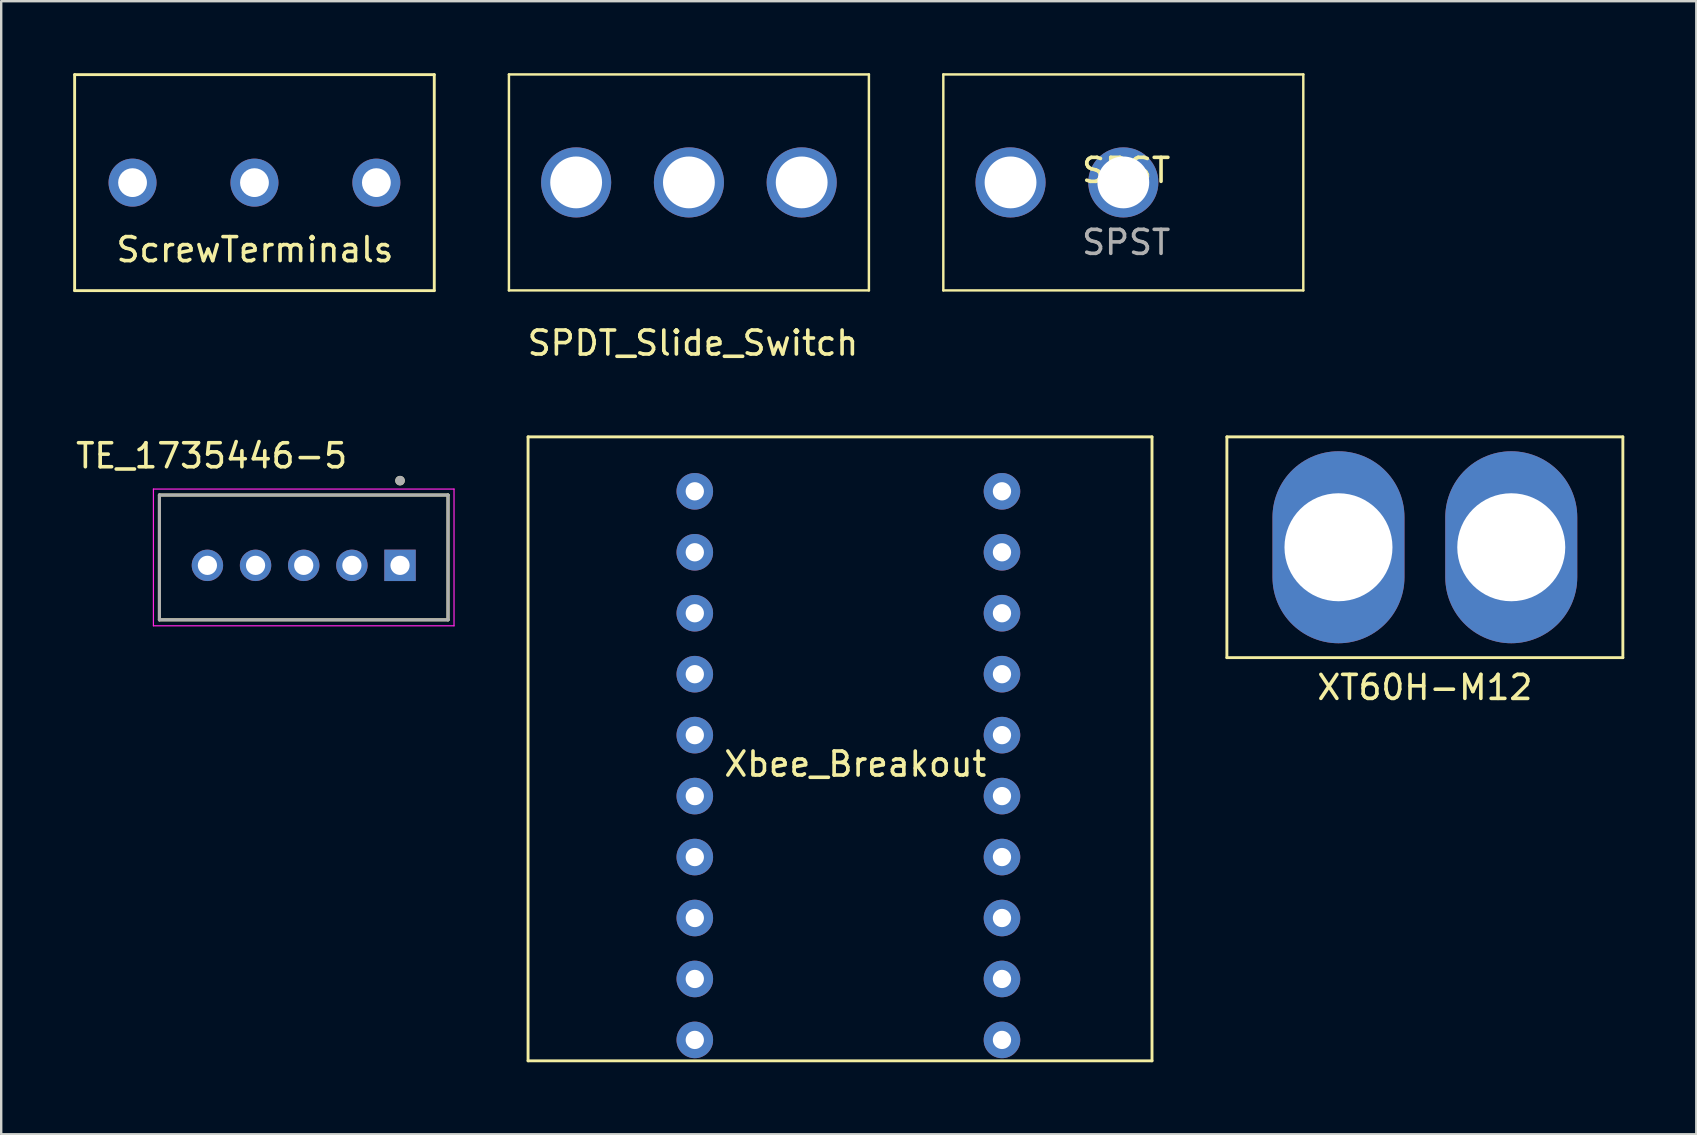
<source format=kicad_pcb>
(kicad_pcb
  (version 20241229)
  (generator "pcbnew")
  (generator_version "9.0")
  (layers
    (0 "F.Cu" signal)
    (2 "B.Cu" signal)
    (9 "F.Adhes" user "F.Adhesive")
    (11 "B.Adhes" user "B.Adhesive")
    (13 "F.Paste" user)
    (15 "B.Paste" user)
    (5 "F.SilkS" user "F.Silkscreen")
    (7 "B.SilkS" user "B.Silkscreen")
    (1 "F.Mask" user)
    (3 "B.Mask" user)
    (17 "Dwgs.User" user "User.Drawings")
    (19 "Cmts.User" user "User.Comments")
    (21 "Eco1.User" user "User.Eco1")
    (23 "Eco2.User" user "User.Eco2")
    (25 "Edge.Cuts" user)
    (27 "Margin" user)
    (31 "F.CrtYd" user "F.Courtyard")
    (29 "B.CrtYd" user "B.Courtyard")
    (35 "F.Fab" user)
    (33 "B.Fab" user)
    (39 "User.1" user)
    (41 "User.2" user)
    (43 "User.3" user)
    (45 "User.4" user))
  (footprint "SPST"
    (layer "F.Cu")
    (at 43.878 4.551)
    (property "Reference" "SPST" (at 0 -0.5 0) (unlocked yes) (layer "F.SilkS") (effects (font (size 1 1) (thickness 0.15))))
    (attr smd)
    (fp_line (start -7.62 -4.5) (end 7.38 -4.5) (stroke (width 0.102) (type solid)) (layer "F.SilkS"))
    (fp_line (start -7.62 4.5) (end -7.62 -4.5) (stroke (width 0.102) (type solid)) (layer "F.SilkS"))
    (fp_line (start -7.62 4.5) (end 7.38 4.5) (stroke (width 0.102) (type solid)) (layer "F.SilkS"))
    (fp_line (start 7.38 4.5) (end 7.38 -4.5) (stroke (width 0.102) (type solid)) (layer "F.SilkS"))
    (fp_text user "${REFERENCE}" (at 0 2.5 0) (unlocked yes) (layer "F.Fab") (effects (font (size 1 1) (thickness 0.15))))
    (pad "1" thru_hole circle (at -4.819 0) (size 2.921 2.921) (drill 2.159) (layers "*.Cu" "*.Mask"))
    (pad "2" thru_hole circle (at -0.12 0) (size 2.921 2.921) (drill 2.159) (layers "*.Cu" "*.Mask")))
  (footprint "Xbee_Breakout"
    (layer "F.Cu")
    (at 31.954 28.154)
    (property "Reference" "Xbee_Breakout" (at 0.635 0.635 0) (layer "F.SilkS") (effects (font (size 1 1) (thickness 0.15))))
    (attr through_hole)
    (fp_line (start -13 -13) (end 13 -13) (stroke (width 0.12) (type solid)) (layer "F.SilkS"))
    (fp_line (start -13 13) (end -13 -13) (stroke (width 0.12) (type solid)) (layer "F.SilkS"))
    (fp_line (start -13 13) (end 13 13) (stroke (width 0.12) (type solid)) (layer "F.SilkS"))
    (fp_line (start 13 13) (end 13 -13) (stroke (width 0.12) (type solid)) (layer "F.SilkS"))
    (pad "1" thru_hole circle (at 6.748 12.129 180) (size 1.524 1.524) (drill 0.762) (layers "*.Cu" "*.Mask"))
    (pad "2" thru_hole circle (at 6.748 9.589 180) (size 1.524 1.524) (drill 0.762) (layers "*.Cu" "*.Mask"))
    (pad "3" thru_hole circle (at 6.748 7.049 180) (size 1.524 1.524) (drill 0.762) (layers "*.Cu" "*.Mask"))
    (pad "4" thru_hole circle (at 6.748 4.509 180) (size 1.524 1.524) (drill 0.762) (layers "*.Cu" "*.Mask"))
    (pad "5" thru_hole circle (at 6.748 1.969 180) (size 1.524 1.524) (drill 0.762) (layers "*.Cu" "*.Mask"))
    (pad "6" thru_hole circle (at 6.748 -0.571 180) (size 1.524 1.524) (drill 0.762) (layers "*.Cu" "*.Mask"))
    (pad "7" thru_hole circle (at 6.748 -3.111 180) (size 1.524 1.524) (drill 0.762) (layers "*.Cu" "*.Mask"))
    (pad "8" thru_hole circle (at 6.748 -5.651 180) (size 1.524 1.524) (drill 0.762) (layers "*.Cu" "*.Mask"))
    (pad "9" thru_hole circle (at 6.748 -8.191 180) (size 1.524 1.524) (drill 0.762) (layers "*.Cu" "*.Mask"))
    (pad "10" thru_hole circle (at 6.748 -10.731 180) (size 1.524 1.524) (drill 0.762) (layers "*.Cu" "*.Mask"))
    (pad "11" thru_hole circle (at -6.052 -10.731 180) (size 1.524 1.524) (drill 0.762) (layers "*.Cu" "*.Mask"))
    (pad "12" thru_hole circle (at -6.052 -8.191 180) (size 1.524 1.524) (drill 0.762) (layers "*.Cu" "*.Mask"))
    (pad "13" thru_hole circle (at -6.052 -5.651 180) (size 1.524 1.524) (drill 0.762) (layers "*.Cu" "*.Mask"))
    (pad "14" thru_hole circle (at -6.052 -3.111 180) (size 1.524 1.524) (drill 0.762) (layers "*.Cu" "*.Mask"))
    (pad "15" thru_hole circle (at -6.052 -0.571 180) (size 1.524 1.524) (drill 0.762) (layers "*.Cu" "*.Mask"))
    (pad "16" thru_hole circle (at -6.052 1.969 180) (size 1.524 1.524) (drill 0.762) (layers "*.Cu" "*.Mask"))
    (pad "17" thru_hole circle (at -6.052 4.509 180) (size 1.524 1.524) (drill 0.762) (layers "*.Cu" "*.Mask"))
    (pad "18" thru_hole circle (at -6.052 7.049 180) (size 1.524 1.524) (drill 0.762) (layers "*.Cu" "*.Mask"))
    (pad "19" thru_hole circle (at -6.052 9.589 180) (size 1.524 1.524) (drill 0.762) (layers "*.Cu" "*.Mask"))
    (pad "20" thru_hole circle (at -6.052 12.129 180) (size 1.524 1.524) (drill 0.762) (layers "*.Cu" "*.Mask")))
  (footprint "ScrewTerminals"
    (layer "F.Cu")
    (at 7.553 4.56)
    (property "Reference" "ScrewTerminals" (at 0.02 2.794 0) (layer "F.SilkS") (effects (font (size 1 1) (thickness 0.15))))
    (attr through_hole)
    (fp_line (start -7.493 -4.5) (end 7.493 -4.5) (stroke (width 0.12) (type solid)) (layer "F.SilkS"))
    (fp_line (start -7.493 4.5) (end -7.493 -4.5) (stroke (width 0.12) (type solid)) (layer "F.SilkS"))
    (fp_line (start -7.493 4.5) (end 7.493 4.5) (stroke (width 0.12) (type solid)) (layer "F.SilkS"))
    (fp_line (start 7.493 4.5) (end 7.493 -4.5) (stroke (width 0.12) (type solid)) (layer "F.SilkS"))
    (pad "1" thru_hole circle (at -5.08 0) (size 2 2) (drill 1.2) (layers "*.Cu" "*.Mask"))
    (pad "2" thru_hole circle (at 0 0) (size 2 2) (drill 1.2) (layers "*.Cu" "*.Mask"))
    (pad "3" thru_hole circle (at 5.08 0) (size 2 2) (drill 1.2) (layers "*.Cu" "*.Mask")))
  (footprint "XT60H-M12"
    (layer "F.Cu")
    (at 56.324 19.754)
    (property "Reference" "XT60H-M12" (at 0 5.842 0) (layer "F.SilkS") (effects (font (size 1 1) (thickness 0.15))))
    (attr through_hole)
    (fp_line (start -8.25 -4.6) (end 8.25 -4.6) (stroke (width 0.12) (type solid)) (layer "F.SilkS"))
    (fp_line (start -8.25 4.6) (end -8.25 -4.6) (stroke (width 0.12) (type solid)) (layer "F.SilkS"))
    (fp_line (start 8.25 -4.6) (end 8.25 4.6) (stroke (width 0.12) (type solid)) (layer "F.SilkS"))
    (fp_line (start 8.25 4.6) (end -8.25 4.6) (stroke (width 0.12) (type solid)) (layer "F.SilkS"))
    (pad "1" thru_hole oval (at -3.6 0) (size 5.5 8) (drill 4.5) (layers "*.Cu" "*.Mask"))
    (pad "2" thru_hole oval (at 3.6 0) (size 5.5 8) (drill 4.5) (layers "*.Cu" "*.Mask")))
  (footprint "TE_1735446-5"
    (layer "F.Cu")
    (at 9.606 20.508)
    (property "Reference" "TE_1735446-5" (at -3.838 -4.565 0) (layer "F.SilkS") (effects (font (size 1 1) (thickness 0.15))))
    (attr through_hole)
    (fp_line (start -6.013 -2.93) (end 6.013 -2.93) (stroke (width 0.127) (type solid)) (layer "F.SilkS"))
    (fp_line (start -6.013 2.27) (end -6.013 -2.93) (stroke (width 0.127) (type solid)) (layer "F.SilkS"))
    (fp_line (start 6.013 -2.93) (end 6.013 2.27) (stroke (width 0.127) (type solid)) (layer "F.SilkS"))
    (fp_line (start 6.013 2.27) (end -6.013 2.27) (stroke (width 0.127) (type solid)) (layer "F.SilkS"))
    (fp_circle (center 4.013 -3.53) (end 4.113 -3.53) (stroke (width 0.2) (type solid)) (fill no) (layer "F.SilkS"))
    (fp_line (start -6.263 -3.18) (end 6.263 -3.18) (stroke (width 0.05) (type solid)) (layer "F.CrtYd"))
    (fp_line (start -6.263 2.52) (end -6.263 -3.18) (stroke (width 0.05) (type solid)) (layer "F.CrtYd"))
    (fp_line (start 6.263 -3.18) (end 6.263 2.52) (stroke (width 0.05) (type solid)) (layer "F.CrtYd"))
    (fp_line (start 6.263 2.52) (end -6.263 2.52) (stroke (width 0.05) (type solid)) (layer "F.CrtYd"))
    (fp_line (start -6.013 -2.93) (end 6.013 -2.93) (stroke (width 0.127) (type solid)) (layer "F.Fab"))
    (fp_line (start -6.013 2.27) (end -6.013 -2.93) (stroke (width 0.127) (type solid)) (layer "F.Fab"))
    (fp_line (start 6.013 -2.93) (end 6.013 2.27) (stroke (width 0.127) (type solid)) (layer "F.Fab"))
    (fp_line (start 6.013 2.27) (end -6.013 2.27) (stroke (width 0.127) (type solid)) (layer "F.Fab"))
    (fp_circle (center 4.013 -3.53) (end 4.113 -3.53) (stroke (width 0.2) (type solid)) (fill no) (layer "F.Fab"))
    (pad "1" thru_hole rect (at 4.013 0) (size 1.308 1.308) (drill 0.8) (layers "*.Cu" "*.Mask"))
    (pad "2" thru_hole circle (at 2.007 0) (size 1.308 1.308) (drill 0.8) (layers "*.Cu" "*.Mask"))
    (pad "3" thru_hole circle (at 0 0) (size 1.308 1.308) (drill 0.8) (layers "*.Cu" "*.Mask"))
    (pad "4" thru_hole circle (at -2.007 0) (size 1.308 1.308) (drill 0.8) (layers "*.Cu" "*.Mask"))
    (pad "5" thru_hole circle (at -4.013 0) (size 1.308 1.308) (drill 0.8) (layers "*.Cu" "*.Mask")))
  (footprint "SPDT_Slide_Switch"
    (layer "F.Cu")
    (at 25.657 4.551)
    (property "Reference" "SPDT_Slide_Switch" (at 0.168 6.695 0) (layer "F.SilkS") (effects (font (size 1 1) (thickness 0.15))))
    (attr through_hole)
    (fp_line (start -7.5 -4.5) (end 7.5 -4.5) (stroke (width 0.102) (type solid)) (layer "F.SilkS"))
    (fp_line (start -7.5 4.5) (end -7.5 -4.5) (stroke (width 0.102) (type solid)) (layer "F.SilkS"))
    (fp_line (start -7.5 4.5) (end 7.5 4.5) (stroke (width 0.102) (type solid)) (layer "F.SilkS"))
    (fp_line (start 7.5 4.5) (end 7.5 -4.5) (stroke (width 0.102) (type solid)) (layer "F.SilkS"))
    (pad "1" thru_hole circle (at -4.699 0) (size 2.921 2.921) (drill 2.159) (layers "*.Cu" "*.Mask"))
    (pad "2" thru_hole circle (at 0 0) (size 2.921 2.921) (drill 2.159) (layers "*.Cu" "*.Mask"))
    (pad "3" thru_hole circle (at 4.699 0) (size 2.921 2.921) (drill 2.159) (layers "*.Cu" "*.Mask")))
  (gr_rect
    (start -3 -3)
    (end 67.634 44.214)
    (stroke (width 0.1) (type default))
    (fill no)
    (layer "Edge.Cuts")))
</source>
